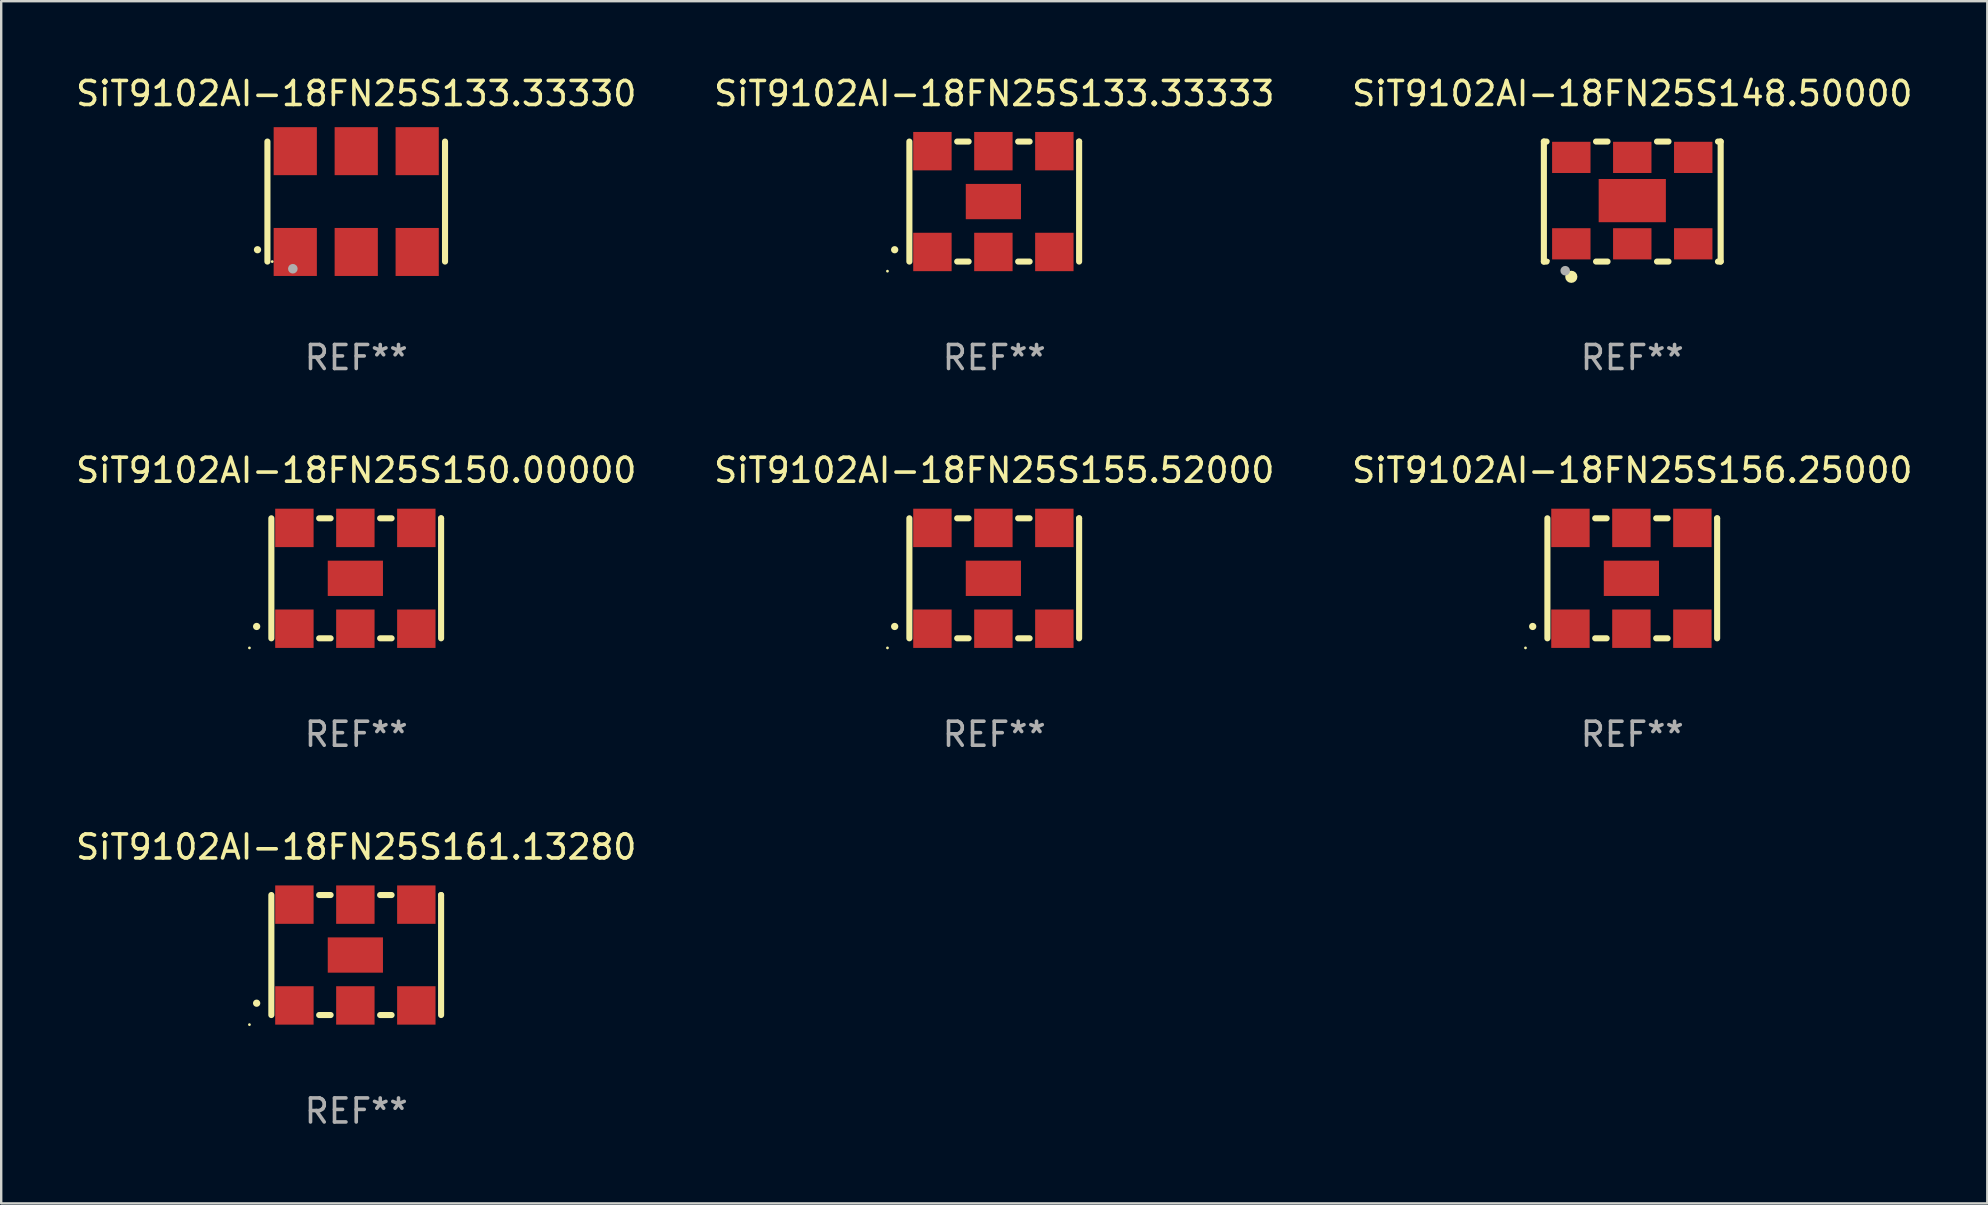
<source format=kicad_pcb>
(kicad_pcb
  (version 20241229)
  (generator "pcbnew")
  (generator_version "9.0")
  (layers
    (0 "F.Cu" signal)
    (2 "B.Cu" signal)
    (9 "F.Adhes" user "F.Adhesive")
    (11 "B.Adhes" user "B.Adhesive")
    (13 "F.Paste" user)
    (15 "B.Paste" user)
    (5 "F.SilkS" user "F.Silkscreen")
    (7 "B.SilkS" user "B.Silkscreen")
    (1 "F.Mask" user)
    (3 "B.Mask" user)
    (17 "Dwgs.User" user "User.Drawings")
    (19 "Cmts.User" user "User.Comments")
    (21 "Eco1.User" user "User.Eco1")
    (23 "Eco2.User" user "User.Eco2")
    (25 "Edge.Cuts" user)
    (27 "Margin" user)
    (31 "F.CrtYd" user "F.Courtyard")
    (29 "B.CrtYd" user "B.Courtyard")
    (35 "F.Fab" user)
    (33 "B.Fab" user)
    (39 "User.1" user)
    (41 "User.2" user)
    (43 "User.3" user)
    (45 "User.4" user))
  (footprint "SiT9102AI-18FN25S155.52000"
    (layer "F.Cu")
    (at 38.375 21.045)
    (property "Reference" "SiT9102AI-18FN25S155.52000" (at 0 -4.5 0) (layer "F.SilkS") (effects (font (size 1 1) (thickness 0.15))))
    (attr through_hole)
    (fp_line (start -3.536 -2.5) (end -3.536 2.5) (stroke (width 0.254) (type solid)) (layer "F.SilkS"))
    (fp_line (start -1.544 2.5) (end -1.067 2.5) (stroke (width 0.254) (type solid)) (layer "F.SilkS"))
    (fp_line (start -1.067 -2.5) (end -1.544 -2.5) (stroke (width 0.254) (type solid)) (layer "F.SilkS"))
    (fp_line (start 0.996 2.5) (end 1.473 2.5) (stroke (width 0.254) (type solid)) (layer "F.SilkS"))
    (fp_line (start 1.473 -2.5) (end 0.996 -2.5) (stroke (width 0.254) (type solid)) (layer "F.SilkS"))
    (fp_line (start 3.536 -2.5) (end 3.536 -2.5) (stroke (width 0.254) (type solid)) (layer "F.SilkS"))
    (fp_line (start 3.536 2.5) (end 3.536 -2.5) (stroke (width 0.254) (type solid)) (layer "F.SilkS"))
    (fp_arc (start -4.150432 2.006604) (mid -4.149162 2.006599) (end -4.147892 2.006604) (stroke (width 0.3) (type solid)) (layer "F.SilkS"))
    (fp_circle (center -4.449 2.9) (end -4.419 2.9) (stroke (width 0.06) (type solid)) (fill no) (layer "F.SilkS"))
    (fp_text user "REF**" (at 0 6.5 0) (layer "F.Fab") (effects (font (size 1 1) (thickness 0.15))))
    (pad "1" smd rect (at -2.576 2.1) (size 1.6 1.6) (layers "F.Cu" "F.Mask" "F.Paste"))
    (pad "2" smd rect (at -0.036 2.1) (size 1.6 1.6) (layers "F.Cu" "F.Mask" "F.Paste"))
    (pad "3" smd rect (at 2.504 2.1) (size 1.6 1.6) (layers "F.Cu" "F.Mask" "F.Paste"))
    (pad "4" smd rect (at 2.504 -2.1) (size 1.6 1.6) (layers "F.Cu" "F.Mask" "F.Paste"))
    (pad "5" smd rect (at -0.036 -2.1) (size 1.6 1.6) (layers "F.Cu" "F.Mask" "F.Paste"))
    (pad "6" smd rect (at -2.576 -2.1) (size 1.6 1.6) (layers "F.Cu" "F.Mask" "F.Paste"))
    (pad "7" smd rect (at -0.036 0) (size 2.3 1.47) (layers "F.Cu" "F.Mask" "F.Paste")))
  (footprint "SiT9102AI-18FN25S148.50000"
    (layer "F.Cu")
    (at 64.958 5.348)
    (property "Reference" "SiT9102AI-18FN25S148.50000" (at 0 -4.5 0) (layer "F.SilkS") (effects (font (size 1 1) (thickness 0.15))))
    (attr through_hole)
    (fp_line (start -3.683 -2.5) (end -3.571 -2.5) (stroke (width 0.254) (type solid)) (layer "F.SilkS"))
    (fp_line (start -3.683 2.5) (end -3.683 -2.5) (stroke (width 0.254) (type solid)) (layer "F.SilkS"))
    (fp_line (start -3.683 2.5) (end -3.571 2.5) (stroke (width 0.254) (type solid)) (layer "F.SilkS"))
    (fp_line (start -1.509 -2.5) (end -1.031 -2.5) (stroke (width 0.254) (type solid)) (layer "F.SilkS"))
    (fp_line (start -1.509 2.5) (end -1.031 2.5) (stroke (width 0.254) (type solid)) (layer "F.SilkS"))
    (fp_line (start 1.031 -2.5) (end 1.509 -2.5) (stroke (width 0.254) (type solid)) (layer "F.SilkS"))
    (fp_line (start 1.031 2.5) (end 1.509 2.5) (stroke (width 0.254) (type solid)) (layer "F.SilkS"))
    (fp_line (start 3.571 -2.5) (end 3.683 -2.5) (stroke (width 0.254) (type solid)) (layer "F.SilkS"))
    (fp_line (start 3.571 2.5) (end 3.683 2.5) (stroke (width 0.254) (type solid)) (layer "F.SilkS"))
    (fp_line (start 3.683 2.5) (end 3.683 -2.5) (stroke (width 0.254) (type solid)) (layer "F.SilkS"))
    (fp_circle (center -3.5 2.46) (end -3.47 2.46) (stroke (width 0.06) (type solid)) (fill no) (layer "F.SilkS"))
    (fp_circle (center -2.54 3.135) (end -2.413 3.135) (stroke (width 0.254) (type solid)) (fill no) (layer "F.SilkS"))
    (fp_circle (center -2.794 2.881) (end -2.694 2.881) (stroke (width 0.2) (type solid)) (fill no) (layer "F.Fab"))
    (fp_text user "REF**" (at 0 6.5 0) (layer "F.Fab") (effects (font (size 1 1) (thickness 0.15))))
    (pad "1" smd rect (at -2.54 1.76) (size 1.6 1.3) (layers "F.Cu" "F.Mask" "F.Paste"))
    (pad "2" smd rect (at 0 1.76) (size 1.6 1.3) (layers "F.Cu" "F.Mask" "F.Paste"))
    (pad "3" smd rect (at 2.54 1.76) (size 1.6 1.3) (layers "F.Cu" "F.Mask" "F.Paste"))
    (pad "4" smd rect (at 2.54 -1.84) (size 1.6 1.3) (layers "F.Cu" "F.Mask" "F.Paste"))
    (pad "5" smd rect (at 0 -1.84) (size 1.6 1.3) (layers "F.Cu" "F.Mask" "F.Paste"))
    (pad "6" smd rect (at -2.54 -1.84) (size 1.6 1.3) (layers "F.Cu" "F.Mask" "F.Paste"))
    (pad "7" smd rect (at 0 -0.04) (size 2.8 1.8) (layers "F.Cu" "F.Mask" "F.Paste")))
  (footprint "SiT9102AI-18FN25S150.00000"
    (layer "F.Cu")
    (at 11.792 21.045)
    (property "Reference" "SiT9102AI-18FN25S150.00000" (at 0 -4.5 0) (layer "F.SilkS") (effects (font (size 1 1) (thickness 0.15))))
    (attr through_hole)
    (fp_line (start -3.536 -2.5) (end -3.536 2.5) (stroke (width 0.254) (type solid)) (layer "F.SilkS"))
    (fp_line (start -1.544 2.5) (end -1.067 2.5) (stroke (width 0.254) (type solid)) (layer "F.SilkS"))
    (fp_line (start -1.067 -2.5) (end -1.544 -2.5) (stroke (width 0.254) (type solid)) (layer "F.SilkS"))
    (fp_line (start 0.996 2.5) (end 1.473 2.5) (stroke (width 0.254) (type solid)) (layer "F.SilkS"))
    (fp_line (start 1.473 -2.5) (end 0.996 -2.5) (stroke (width 0.254) (type solid)) (layer "F.SilkS"))
    (fp_line (start 3.536 -2.5) (end 3.536 -2.5) (stroke (width 0.254) (type solid)) (layer "F.SilkS"))
    (fp_line (start 3.536 2.5) (end 3.536 -2.5) (stroke (width 0.254) (type solid)) (layer "F.SilkS"))
    (fp_arc (start -4.150432 2.006604) (mid -4.149162 2.006599) (end -4.147892 2.006604) (stroke (width 0.3) (type solid)) (layer "F.SilkS"))
    (fp_circle (center -4.449 2.9) (end -4.419 2.9) (stroke (width 0.06) (type solid)) (fill no) (layer "F.SilkS"))
    (fp_text user "REF**" (at 0 6.5 0) (layer "F.Fab") (effects (font (size 1 1) (thickness 0.15))))
    (pad "1" smd rect (at -2.576 2.1) (size 1.6 1.6) (layers "F.Cu" "F.Mask" "F.Paste"))
    (pad "2" smd rect (at -0.036 2.1) (size 1.6 1.6) (layers "F.Cu" "F.Mask" "F.Paste"))
    (pad "3" smd rect (at 2.504 2.1) (size 1.6 1.6) (layers "F.Cu" "F.Mask" "F.Paste"))
    (pad "4" smd rect (at 2.504 -2.1) (size 1.6 1.6) (layers "F.Cu" "F.Mask" "F.Paste"))
    (pad "5" smd rect (at -0.036 -2.1) (size 1.6 1.6) (layers "F.Cu" "F.Mask" "F.Paste"))
    (pad "6" smd rect (at -2.576 -2.1) (size 1.6 1.6) (layers "F.Cu" "F.Mask" "F.Paste"))
    (pad "7" smd rect (at -0.036 0) (size 2.3 1.47) (layers "F.Cu" "F.Mask" "F.Paste")))
  (footprint "SiT9102AI-18FN25S161.13280"
    (layer "F.Cu")
    (at 11.792 36.741)
    (property "Reference" "SiT9102AI-18FN25S161.13280" (at 0 -4.5 0) (layer "F.SilkS") (effects (font (size 1 1) (thickness 0.15))))
    (attr through_hole)
    (fp_line (start -3.536 -2.5) (end -3.536 2.5) (stroke (width 0.254) (type solid)) (layer "F.SilkS"))
    (fp_line (start -1.544 2.5) (end -1.067 2.5) (stroke (width 0.254) (type solid)) (layer "F.SilkS"))
    (fp_line (start -1.067 -2.5) (end -1.544 -2.5) (stroke (width 0.254) (type solid)) (layer "F.SilkS"))
    (fp_line (start 0.996 2.5) (end 1.473 2.5) (stroke (width 0.254) (type solid)) (layer "F.SilkS"))
    (fp_line (start 1.473 -2.5) (end 0.996 -2.5) (stroke (width 0.254) (type solid)) (layer "F.SilkS"))
    (fp_line (start 3.536 -2.5) (end 3.536 -2.5) (stroke (width 0.254) (type solid)) (layer "F.SilkS"))
    (fp_line (start 3.536 2.5) (end 3.536 -2.5) (stroke (width 0.254) (type solid)) (layer "F.SilkS"))
    (fp_arc (start -4.150432 2.006604) (mid -4.149162 2.006599) (end -4.147892 2.006604) (stroke (width 0.3) (type solid)) (layer "F.SilkS"))
    (fp_circle (center -4.449 2.9) (end -4.419 2.9) (stroke (width 0.06) (type solid)) (fill no) (layer "F.SilkS"))
    (fp_text user "REF**" (at 0 6.5 0) (layer "F.Fab") (effects (font (size 1 1) (thickness 0.15))))
    (pad "1" smd rect (at -2.576 2.1) (size 1.6 1.6) (layers "F.Cu" "F.Mask" "F.Paste"))
    (pad "2" smd rect (at -0.036 2.1) (size 1.6 1.6) (layers "F.Cu" "F.Mask" "F.Paste"))
    (pad "3" smd rect (at 2.504 2.1) (size 1.6 1.6) (layers "F.Cu" "F.Mask" "F.Paste"))
    (pad "4" smd rect (at 2.504 -2.1) (size 1.6 1.6) (layers "F.Cu" "F.Mask" "F.Paste"))
    (pad "5" smd rect (at -0.036 -2.1) (size 1.6 1.6) (layers "F.Cu" "F.Mask" "F.Paste"))
    (pad "6" smd rect (at -2.576 -2.1) (size 1.6 1.6) (layers "F.Cu" "F.Mask" "F.Paste"))
    (pad "7" smd rect (at -0.036 0) (size 2.3 1.47) (layers "F.Cu" "F.Mask" "F.Paste")))
  (footprint "SiT9102AI-18FN25S133.33330"
    (layer "F.Cu")
    (at 11.792 5.348)
    (property "Reference" "SiT9102AI-18FN25S133.33330" (at 0 -4.5 0) (layer "F.SilkS") (effects (font (size 1 1) (thickness 0.15))))
    (attr through_hole)
    (fp_line (start -3.7 -2.5) (end -3.7 2.5) (stroke (width 0.254) (type solid)) (layer "F.SilkS"))
    (fp_line (start 3.7 -2.5) (end 3.7 2.5) (stroke (width 0.254) (type solid)) (layer "F.SilkS"))
    (fp_arc (start -4.114415 2.006604) (mid -4.113145 2.006599) (end -4.111875 2.006604) (stroke (width 0.3) (type solid)) (layer "F.SilkS"))
    (fp_circle (center -3.5 2.501) (end -3.47 2.501) (stroke (width 0.06) (type solid)) (fill no) (layer "F.SilkS"))
    (fp_circle (center -2.641 2.799) (end -2.541 2.799) (stroke (width 0.2) (type solid)) (fill no) (layer "F.Fab"))
    (fp_text user "REF**" (at 0 6.5 0) (layer "F.Fab") (effects (font (size 1 1) (thickness 0.15))))
    (pad "1" smd rect (at -2.54 2.1) (size 1.8 2) (layers "F.Cu" "F.Mask" "F.Paste"))
    (pad "2" smd rect (at 0.000394 2.1) (size 1.8 2) (layers "F.Cu" "F.Mask" "F.Paste"))
    (pad "3" smd rect (at 2.54 2.1) (size 1.8 2) (layers "F.Cu" "F.Mask" "F.Paste"))
    (pad "4" smd rect (at 2.54 -2.1) (size 1.8 2) (layers "F.Cu" "F.Mask" "F.Paste"))
    (pad "5" smd rect (at 0.000394 -2.1) (size 1.8 2) (layers "F.Cu" "F.Mask" "F.Paste"))
    (pad "6" smd rect (at -2.54 -2.1) (size 1.8 2) (layers "F.Cu" "F.Mask" "F.Paste")))
  (footprint "SiT9102AI-18FN25S133.33333"
    (layer "F.Cu")
    (at 38.375 5.348)
    (property "Reference" "SiT9102AI-18FN25S133.33333" (at 0 -4.5 0) (layer "F.SilkS") (effects (font (size 1 1) (thickness 0.15))))
    (attr through_hole)
    (fp_line (start -3.536 -2.5) (end -3.536 2.5) (stroke (width 0.254) (type solid)) (layer "F.SilkS"))
    (fp_line (start -1.544 2.5) (end -1.067 2.5) (stroke (width 0.254) (type solid)) (layer "F.SilkS"))
    (fp_line (start -1.067 -2.5) (end -1.544 -2.5) (stroke (width 0.254) (type solid)) (layer "F.SilkS"))
    (fp_line (start 0.996 2.5) (end 1.473 2.5) (stroke (width 0.254) (type solid)) (layer "F.SilkS"))
    (fp_line (start 1.473 -2.5) (end 0.996 -2.5) (stroke (width 0.254) (type solid)) (layer "F.SilkS"))
    (fp_line (start 3.536 -2.5) (end 3.536 -2.5) (stroke (width 0.254) (type solid)) (layer "F.SilkS"))
    (fp_line (start 3.536 2.5) (end 3.536 -2.5) (stroke (width 0.254) (type solid)) (layer "F.SilkS"))
    (fp_arc (start -4.150432 2.006604) (mid -4.149162 2.006599) (end -4.147892 2.006604) (stroke (width 0.3) (type solid)) (layer "F.SilkS"))
    (fp_circle (center -4.449 2.9) (end -4.419 2.9) (stroke (width 0.06) (type solid)) (fill no) (layer "F.SilkS"))
    (fp_text user "REF**" (at 0 6.5 0) (layer "F.Fab") (effects (font (size 1 1) (thickness 0.15))))
    (pad "1" smd rect (at -2.576 2.1) (size 1.6 1.6) (layers "F.Cu" "F.Mask" "F.Paste"))
    (pad "2" smd rect (at -0.036 2.1) (size 1.6 1.6) (layers "F.Cu" "F.Mask" "F.Paste"))
    (pad "3" smd rect (at 2.504 2.1) (size 1.6 1.6) (layers "F.Cu" "F.Mask" "F.Paste"))
    (pad "4" smd rect (at 2.504 -2.1) (size 1.6 1.6) (layers "F.Cu" "F.Mask" "F.Paste"))
    (pad "5" smd rect (at -0.036 -2.1) (size 1.6 1.6) (layers "F.Cu" "F.Mask" "F.Paste"))
    (pad "6" smd rect (at -2.576 -2.1) (size 1.6 1.6) (layers "F.Cu" "F.Mask" "F.Paste"))
    (pad "7" smd rect (at -0.036 0) (size 2.3 1.47) (layers "F.Cu" "F.Mask" "F.Paste")))
  (footprint "SiT9102AI-18FN25S156.25000"
    (layer "F.Cu")
    (at 64.958 21.045)
    (property "Reference" "SiT9102AI-18FN25S156.25000" (at 0 -4.5 0) (layer "F.SilkS") (effects (font (size 1 1) (thickness 0.15))))
    (attr through_hole)
    (fp_line (start -3.536 -2.5) (end -3.536 2.5) (stroke (width 0.254) (type solid)) (layer "F.SilkS"))
    (fp_line (start -1.544 2.5) (end -1.067 2.5) (stroke (width 0.254) (type solid)) (layer "F.SilkS"))
    (fp_line (start -1.067 -2.5) (end -1.544 -2.5) (stroke (width 0.254) (type solid)) (layer "F.SilkS"))
    (fp_line (start 0.996 2.5) (end 1.473 2.5) (stroke (width 0.254) (type solid)) (layer "F.SilkS"))
    (fp_line (start 1.473 -2.5) (end 0.996 -2.5) (stroke (width 0.254) (type solid)) (layer "F.SilkS"))
    (fp_line (start 3.536 -2.5) (end 3.536 -2.5) (stroke (width 0.254) (type solid)) (layer "F.SilkS"))
    (fp_line (start 3.536 2.5) (end 3.536 -2.5) (stroke (width 0.254) (type solid)) (layer "F.SilkS"))
    (fp_arc (start -4.150432 2.006604) (mid -4.149162 2.006599) (end -4.147892 2.006604) (stroke (width 0.3) (type solid)) (layer "F.SilkS"))
    (fp_circle (center -4.449 2.9) (end -4.419 2.9) (stroke (width 0.06) (type solid)) (fill no) (layer "F.SilkS"))
    (fp_text user "REF**" (at 0 6.5 0) (layer "F.Fab") (effects (font (size 1 1) (thickness 0.15))))
    (pad "1" smd rect (at -2.576 2.1) (size 1.6 1.6) (layers "F.Cu" "F.Mask" "F.Paste"))
    (pad "2" smd rect (at -0.036 2.1) (size 1.6 1.6) (layers "F.Cu" "F.Mask" "F.Paste"))
    (pad "3" smd rect (at 2.504 2.1) (size 1.6 1.6) (layers "F.Cu" "F.Mask" "F.Paste"))
    (pad "4" smd rect (at 2.504 -2.1) (size 1.6 1.6) (layers "F.Cu" "F.Mask" "F.Paste"))
    (pad "5" smd rect (at -0.036 -2.1) (size 1.6 1.6) (layers "F.Cu" "F.Mask" "F.Paste"))
    (pad "6" smd rect (at -2.576 -2.1) (size 1.6 1.6) (layers "F.Cu" "F.Mask" "F.Paste"))
    (pad "7" smd rect (at -0.036 0) (size 2.3 1.47) (layers "F.Cu" "F.Mask" "F.Paste")))
  (gr_rect
    (start -3 -3)
    (end 79.75 47.09)
    (stroke (width 0.1) (type default))
    (fill no)
    (layer "Edge.Cuts")))
</source>
